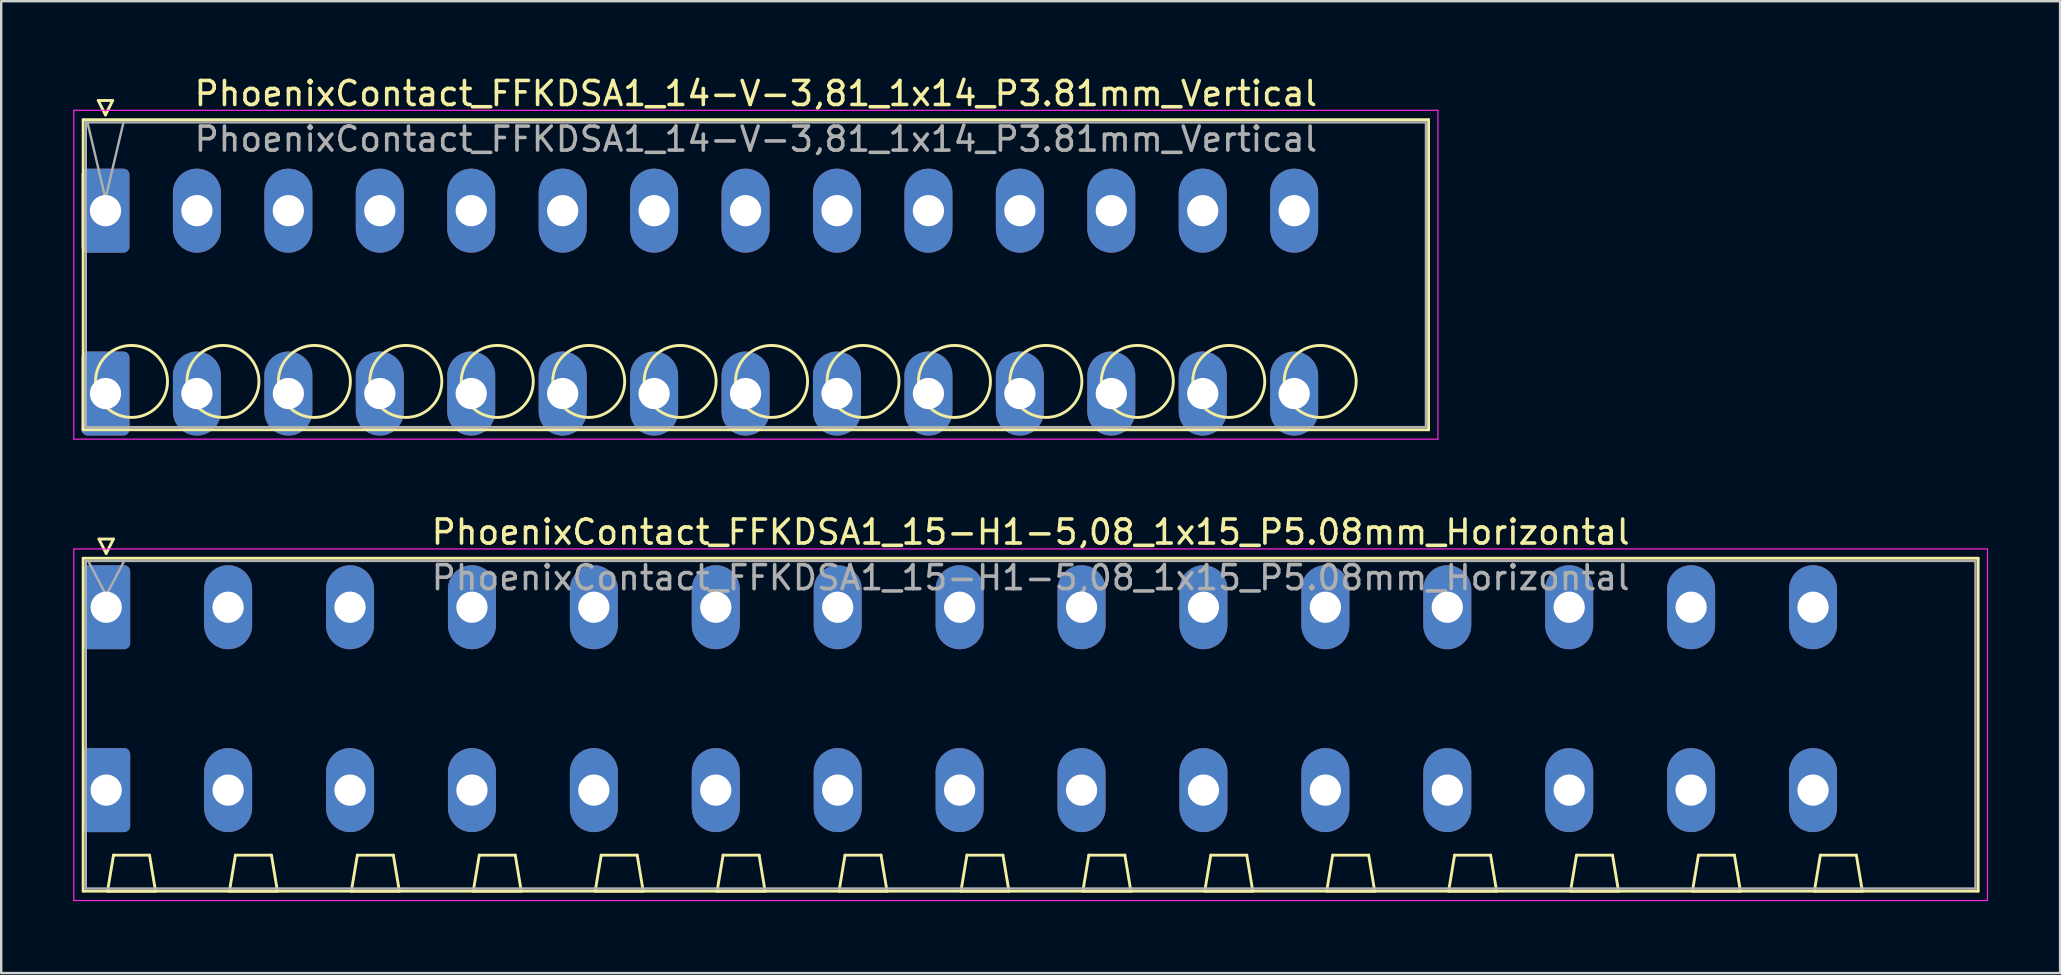
<source format=kicad_pcb>
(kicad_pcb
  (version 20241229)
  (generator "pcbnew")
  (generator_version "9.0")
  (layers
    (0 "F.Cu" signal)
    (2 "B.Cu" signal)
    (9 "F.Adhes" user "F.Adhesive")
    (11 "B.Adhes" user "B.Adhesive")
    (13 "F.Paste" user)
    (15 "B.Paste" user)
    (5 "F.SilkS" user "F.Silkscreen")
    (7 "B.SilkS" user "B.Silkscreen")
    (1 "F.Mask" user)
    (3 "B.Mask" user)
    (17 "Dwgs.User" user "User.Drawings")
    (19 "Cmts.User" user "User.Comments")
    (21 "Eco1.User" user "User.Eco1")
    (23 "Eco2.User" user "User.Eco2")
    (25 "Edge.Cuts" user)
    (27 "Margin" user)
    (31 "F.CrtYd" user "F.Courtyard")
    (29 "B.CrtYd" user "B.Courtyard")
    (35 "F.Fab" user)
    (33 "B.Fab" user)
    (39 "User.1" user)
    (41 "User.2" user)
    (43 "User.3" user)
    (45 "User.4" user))
  (footprint "PhoenixContact_FFKDSA1_14-V-3,81_1x14_P3.81mm_Vertical"
    (layer "F.Cu")
    (at 1.345 5.728)
    (property "Reference" "PhoenixContact_FFKDSA1_14-V-3,81_1x14_P3.81mm_Vertical" (at 27.1 -4.88 0) (layer "F.SilkS") (effects (font (size 1 1) (thickness 0.15))))
    (attr through_hole)
    (fp_line (start -0.93 -3.79) (end -0.93 9.13) (stroke (width 0.12) (type solid)) (layer "F.SilkS"))
    (fp_line (start -0.93 9.13) (end 55.13 9.13) (stroke (width 0.12) (type solid)) (layer "F.SilkS"))
    (fp_line (start -0.3 -4.59) (end 0.3 -4.59) (stroke (width 0.12) (type solid)) (layer "F.SilkS"))
    (fp_line (start 0 -3.99) (end -0.3 -4.59) (stroke (width 0.12) (type solid)) (layer "F.SilkS"))
    (fp_line (start 0.3 -4.59) (end 0 -3.99) (stroke (width 0.12) (type solid)) (layer "F.SilkS"))
    (fp_line (start 55.13 -3.79) (end -0.93 -3.79) (stroke (width 0.12) (type solid)) (layer "F.SilkS"))
    (fp_line (start 55.13 9.13) (end 55.13 -3.79) (stroke (width 0.12) (type solid)) (layer "F.SilkS"))
    (fp_circle (center 1.085 7.115) (end 2.585 7.115) (stroke (width 0.12) (type solid)) (fill no) (layer "F.SilkS"))
    (fp_circle (center 4.895 7.115) (end 6.395 7.115) (stroke (width 0.12) (type solid)) (fill no) (layer "F.SilkS"))
    (fp_circle (center 8.705 7.115) (end 10.205 7.115) (stroke (width 0.12) (type solid)) (fill no) (layer "F.SilkS"))
    (fp_circle (center 12.515 7.115) (end 14.015 7.115) (stroke (width 0.12) (type solid)) (fill no) (layer "F.SilkS"))
    (fp_circle (center 16.325 7.115) (end 17.825 7.115) (stroke (width 0.12) (type solid)) (fill no) (layer "F.SilkS"))
    (fp_circle (center 20.135 7.115) (end 21.635 7.115) (stroke (width 0.12) (type solid)) (fill no) (layer "F.SilkS"))
    (fp_circle (center 23.945 7.115) (end 25.445 7.115) (stroke (width 0.12) (type solid)) (fill no) (layer "F.SilkS"))
    (fp_circle (center 27.755 7.115) (end 29.255 7.115) (stroke (width 0.12) (type solid)) (fill no) (layer "F.SilkS"))
    (fp_circle (center 31.565 7.115) (end 33.065 7.115) (stroke (width 0.12) (type solid)) (fill no) (layer "F.SilkS"))
    (fp_circle (center 35.375 7.115) (end 36.875 7.115) (stroke (width 0.12) (type solid)) (fill no) (layer "F.SilkS"))
    (fp_circle (center 39.185 7.115) (end 40.685 7.115) (stroke (width 0.12) (type solid)) (fill no) (layer "F.SilkS"))
    (fp_circle (center 42.995 7.115) (end 44.495 7.115) (stroke (width 0.12) (type solid)) (fill no) (layer "F.SilkS"))
    (fp_circle (center 46.805 7.115) (end 48.305 7.115) (stroke (width 0.12) (type solid)) (fill no) (layer "F.SilkS"))
    (fp_circle (center 50.615 7.115) (end 52.115 7.115) (stroke (width 0.12) (type solid)) (fill no) (layer "F.SilkS"))
    (fp_line (start -1.32 -4.18) (end -1.32 9.52) (stroke (width 0.05) (type solid)) (layer "F.CrtYd"))
    (fp_line (start -1.32 9.52) (end 55.52 9.52) (stroke (width 0.05) (type solid)) (layer "F.CrtYd"))
    (fp_line (start 55.52 -4.18) (end -1.32 -4.18) (stroke (width 0.05) (type solid)) (layer "F.CrtYd"))
    (fp_line (start 55.52 9.52) (end 55.52 -4.18) (stroke (width 0.05) (type solid)) (layer "F.CrtYd"))
    (fp_line (start -0.82 -3.68) (end -0.82 9.02) (stroke (width 0.1) (type solid)) (layer "F.Fab"))
    (fp_line (start -0.82 9.02) (end 55.02 9.02) (stroke (width 0.1) (type solid)) (layer "F.Fab"))
    (fp_line (start 0 -0.5) (end -0.75 -3.68) (stroke (width 0.1) (type solid)) (layer "F.Fab"))
    (fp_line (start 0.75 -3.68) (end 0 -0.5) (stroke (width 0.1) (type solid)) (layer "F.Fab"))
    (fp_line (start 55.02 -3.68) (end -0.82 -3.68) (stroke (width 0.1) (type solid)) (layer "F.Fab"))
    (fp_line (start 55.02 9.02) (end 55.02 -3.68) (stroke (width 0.1) (type solid)) (layer "F.Fab"))
    (fp_text user "${REFERENCE}" (at 27.1 -2.98 0) (layer "F.Fab") (effects (font (size 1 1) (thickness 0.15))))
    (pad "1" thru_hole roundrect (at 0 0) (size 2 3.5) (drill 1.3) (layers "*.Cu" "*.Mask") (roundrect_rratio 0.125))
    (pad "1" thru_hole roundrect (at 0 7.62) (size 2 3.5) (drill 1.3) (layers "*.Cu" "*.Mask") (roundrect_rratio 0.125))
    (pad "2" thru_hole oval (at 3.81 0) (size 2 3.5) (drill 1.3) (layers "*.Cu" "*.Mask"))
    (pad "2" thru_hole oval (at 3.81 7.62) (size 2 3.5) (drill 1.3) (layers "*.Cu" "*.Mask"))
    (pad "3" thru_hole oval (at 7.62 0) (size 2 3.5) (drill 1.3) (layers "*.Cu" "*.Mask"))
    (pad "3" thru_hole oval (at 7.62 7.62) (size 2 3.5) (drill 1.3) (layers "*.Cu" "*.Mask"))
    (pad "4" thru_hole oval (at 11.43 0) (size 2 3.5) (drill 1.3) (layers "*.Cu" "*.Mask"))
    (pad "4" thru_hole oval (at 11.43 7.62) (size 2 3.5) (drill 1.3) (layers "*.Cu" "*.Mask"))
    (pad "5" thru_hole oval (at 15.24 0) (size 2 3.5) (drill 1.3) (layers "*.Cu" "*.Mask"))
    (pad "5" thru_hole oval (at 15.24 7.62) (size 2 3.5) (drill 1.3) (layers "*.Cu" "*.Mask"))
    (pad "6" thru_hole oval (at 19.05 0) (size 2 3.5) (drill 1.3) (layers "*.Cu" "*.Mask"))
    (pad "6" thru_hole oval (at 19.05 7.62) (size 2 3.5) (drill 1.3) (layers "*.Cu" "*.Mask"))
    (pad "7" thru_hole oval (at 22.86 0) (size 2 3.5) (drill 1.3) (layers "*.Cu" "*.Mask"))
    (pad "7" thru_hole oval (at 22.86 7.62) (size 2 3.5) (drill 1.3) (layers "*.Cu" "*.Mask"))
    (pad "8" thru_hole oval (at 26.67 0) (size 2 3.5) (drill 1.3) (layers "*.Cu" "*.Mask"))
    (pad "8" thru_hole oval (at 26.67 7.62) (size 2 3.5) (drill 1.3) (layers "*.Cu" "*.Mask"))
    (pad "9" thru_hole oval (at 30.48 0) (size 2 3.5) (drill 1.3) (layers "*.Cu" "*.Mask"))
    (pad "9" thru_hole oval (at 30.48 7.62) (size 2 3.5) (drill 1.3) (layers "*.Cu" "*.Mask"))
    (pad "10" thru_hole oval (at 34.29 0) (size 2 3.5) (drill 1.3) (layers "*.Cu" "*.Mask"))
    (pad "10" thru_hole oval (at 34.29 7.62) (size 2 3.5) (drill 1.3) (layers "*.Cu" "*.Mask"))
    (pad "11" thru_hole oval (at 38.1 0) (size 2 3.5) (drill 1.3) (layers "*.Cu" "*.Mask"))
    (pad "11" thru_hole oval (at 38.1 7.62) (size 2 3.5) (drill 1.3) (layers "*.Cu" "*.Mask"))
    (pad "12" thru_hole oval (at 41.91 0) (size 2 3.5) (drill 1.3) (layers "*.Cu" "*.Mask"))
    (pad "12" thru_hole oval (at 41.91 7.62) (size 2 3.5) (drill 1.3) (layers "*.Cu" "*.Mask"))
    (pad "13" thru_hole oval (at 45.72 0) (size 2 3.5) (drill 1.3) (layers "*.Cu" "*.Mask"))
    (pad "13" thru_hole oval (at 45.72 7.62) (size 2 3.5) (drill 1.3) (layers "*.Cu" "*.Mask"))
    (pad "14" thru_hole oval (at 49.53 0) (size 2 3.5) (drill 1.3) (layers "*.Cu" "*.Mask"))
    (pad "14" thru_hole oval (at 49.53 7.62) (size 2 3.5) (drill 1.3) (layers "*.Cu" "*.Mask")))
  (footprint "PhoenixContact_FFKDSA1_15-H1-5,08_1x15_P5.08mm_Horizontal"
    (layer "F.Cu")
    (at 1.375 22.252)
    (property "Reference" "PhoenixContact_FFKDSA1_15-H1-5,08_1x15_P5.08mm_Horizontal" (at 38.52 -3.13 0) (layer "F.SilkS") (effects (font (size 1 1) (thickness 0.15))))
    (attr through_hole)
    (fp_line (start -0.96 -2.04) (end -0.96 11.83) (stroke (width 0.12) (type solid)) (layer "F.SilkS"))
    (fp_line (start -0.96 11.83) (end 78 11.83) (stroke (width 0.12) (type solid)) (layer "F.SilkS"))
    (fp_line (start -0.3 -2.84) (end 0.3 -2.84) (stroke (width 0.12) (type solid)) (layer "F.SilkS"))
    (fp_line (start 0 -2.24) (end -0.3 -2.84) (stroke (width 0.12) (type solid)) (layer "F.SilkS"))
    (fp_line (start 0.055 11.83) (end 2.055 11.83) (stroke (width 0.12) (type solid)) (layer "F.SilkS"))
    (fp_line (start 0.3 -2.84) (end 0 -2.24) (stroke (width 0.12) (type solid)) (layer "F.SilkS"))
    (fp_line (start 0.305 10.33) (end 0.055 11.83) (stroke (width 0.12) (type solid)) (layer "F.SilkS"))
    (fp_line (start 1.805 10.33) (end 0.305 10.33) (stroke (width 0.12) (type solid)) (layer "F.SilkS"))
    (fp_line (start 2.055 11.83) (end 1.805 10.33) (stroke (width 0.12) (type solid)) (layer "F.SilkS"))
    (fp_line (start 5.135 11.83) (end 7.135 11.83) (stroke (width 0.12) (type solid)) (layer "F.SilkS"))
    (fp_line (start 5.385 10.33) (end 5.135 11.83) (stroke (width 0.12) (type solid)) (layer "F.SilkS"))
    (fp_line (start 6.885 10.33) (end 5.385 10.33) (stroke (width 0.12) (type solid)) (layer "F.SilkS"))
    (fp_line (start 7.135 11.83) (end 6.885 10.33) (stroke (width 0.12) (type solid)) (layer "F.SilkS"))
    (fp_line (start 10.215 11.83) (end 12.215 11.83) (stroke (width 0.12) (type solid)) (layer "F.SilkS"))
    (fp_line (start 10.465 10.33) (end 10.215 11.83) (stroke (width 0.12) (type solid)) (layer "F.SilkS"))
    (fp_line (start 11.965 10.33) (end 10.465 10.33) (stroke (width 0.12) (type solid)) (layer "F.SilkS"))
    (fp_line (start 12.215 11.83) (end 11.965 10.33) (stroke (width 0.12) (type solid)) (layer "F.SilkS"))
    (fp_line (start 15.295 11.83) (end 17.295 11.83) (stroke (width 0.12) (type solid)) (layer "F.SilkS"))
    (fp_line (start 15.545 10.33) (end 15.295 11.83) (stroke (width 0.12) (type solid)) (layer "F.SilkS"))
    (fp_line (start 17.045 10.33) (end 15.545 10.33) (stroke (width 0.12) (type solid)) (layer "F.SilkS"))
    (fp_line (start 17.295 11.83) (end 17.045 10.33) (stroke (width 0.12) (type solid)) (layer "F.SilkS"))
    (fp_line (start 20.375 11.83) (end 22.375 11.83) (stroke (width 0.12) (type solid)) (layer "F.SilkS"))
    (fp_line (start 20.625 10.33) (end 20.375 11.83) (stroke (width 0.12) (type solid)) (layer "F.SilkS"))
    (fp_line (start 22.125 10.33) (end 20.625 10.33) (stroke (width 0.12) (type solid)) (layer "F.SilkS"))
    (fp_line (start 22.375 11.83) (end 22.125 10.33) (stroke (width 0.12) (type solid)) (layer "F.SilkS"))
    (fp_line (start 25.455 11.83) (end 27.455 11.83) (stroke (width 0.12) (type solid)) (layer "F.SilkS"))
    (fp_line (start 25.705 10.33) (end 25.455 11.83) (stroke (width 0.12) (type solid)) (layer "F.SilkS"))
    (fp_line (start 27.205 10.33) (end 25.705 10.33) (stroke (width 0.12) (type solid)) (layer "F.SilkS"))
    (fp_line (start 27.455 11.83) (end 27.205 10.33) (stroke (width 0.12) (type solid)) (layer "F.SilkS"))
    (fp_line (start 30.535 11.83) (end 32.535 11.83) (stroke (width 0.12) (type solid)) (layer "F.SilkS"))
    (fp_line (start 30.785 10.33) (end 30.535 11.83) (stroke (width 0.12) (type solid)) (layer "F.SilkS"))
    (fp_line (start 32.285 10.33) (end 30.785 10.33) (stroke (width 0.12) (type solid)) (layer "F.SilkS"))
    (fp_line (start 32.535 11.83) (end 32.285 10.33) (stroke (width 0.12) (type solid)) (layer "F.SilkS"))
    (fp_line (start 35.615 11.83) (end 37.615 11.83) (stroke (width 0.12) (type solid)) (layer "F.SilkS"))
    (fp_line (start 35.865 10.33) (end 35.615 11.83) (stroke (width 0.12) (type solid)) (layer "F.SilkS"))
    (fp_line (start 37.365 10.33) (end 35.865 10.33) (stroke (width 0.12) (type solid)) (layer "F.SilkS"))
    (fp_line (start 37.615 11.83) (end 37.365 10.33) (stroke (width 0.12) (type solid)) (layer "F.SilkS"))
    (fp_line (start 40.695 11.83) (end 42.695 11.83) (stroke (width 0.12) (type solid)) (layer "F.SilkS"))
    (fp_line (start 40.945 10.33) (end 40.695 11.83) (stroke (width 0.12) (type solid)) (layer "F.SilkS"))
    (fp_line (start 42.445 10.33) (end 40.945 10.33) (stroke (width 0.12) (type solid)) (layer "F.SilkS"))
    (fp_line (start 42.695 11.83) (end 42.445 10.33) (stroke (width 0.12) (type solid)) (layer "F.SilkS"))
    (fp_line (start 45.775 11.83) (end 47.775 11.83) (stroke (width 0.12) (type solid)) (layer "F.SilkS"))
    (fp_line (start 46.025 10.33) (end 45.775 11.83) (stroke (width 0.12) (type solid)) (layer "F.SilkS"))
    (fp_line (start 47.525 10.33) (end 46.025 10.33) (stroke (width 0.12) (type solid)) (layer "F.SilkS"))
    (fp_line (start 47.775 11.83) (end 47.525 10.33) (stroke (width 0.12) (type solid)) (layer "F.SilkS"))
    (fp_line (start 50.855 11.83) (end 52.855 11.83) (stroke (width 0.12) (type solid)) (layer "F.SilkS"))
    (fp_line (start 51.105 10.33) (end 50.855 11.83) (stroke (width 0.12) (type solid)) (layer "F.SilkS"))
    (fp_line (start 52.605 10.33) (end 51.105 10.33) (stroke (width 0.12) (type solid)) (layer "F.SilkS"))
    (fp_line (start 52.855 11.83) (end 52.605 10.33) (stroke (width 0.12) (type solid)) (layer "F.SilkS"))
    (fp_line (start 55.935 11.83) (end 57.935 11.83) (stroke (width 0.12) (type solid)) (layer "F.SilkS"))
    (fp_line (start 56.185 10.33) (end 55.935 11.83) (stroke (width 0.12) (type solid)) (layer "F.SilkS"))
    (fp_line (start 57.685 10.33) (end 56.185 10.33) (stroke (width 0.12) (type solid)) (layer "F.SilkS"))
    (fp_line (start 57.935 11.83) (end 57.685 10.33) (stroke (width 0.12) (type solid)) (layer "F.SilkS"))
    (fp_line (start 61.015 11.83) (end 63.015 11.83) (stroke (width 0.12) (type solid)) (layer "F.SilkS"))
    (fp_line (start 61.265 10.33) (end 61.015 11.83) (stroke (width 0.12) (type solid)) (layer "F.SilkS"))
    (fp_line (start 62.765 10.33) (end 61.265 10.33) (stroke (width 0.12) (type solid)) (layer "F.SilkS"))
    (fp_line (start 63.015 11.83) (end 62.765 10.33) (stroke (width 0.12) (type solid)) (layer "F.SilkS"))
    (fp_line (start 66.095 11.83) (end 68.095 11.83) (stroke (width 0.12) (type solid)) (layer "F.SilkS"))
    (fp_line (start 66.345 10.33) (end 66.095 11.83) (stroke (width 0.12) (type solid)) (layer "F.SilkS"))
    (fp_line (start 67.845 10.33) (end 66.345 10.33) (stroke (width 0.12) (type solid)) (layer "F.SilkS"))
    (fp_line (start 68.095 11.83) (end 67.845 10.33) (stroke (width 0.12) (type solid)) (layer "F.SilkS"))
    (fp_line (start 71.175 11.83) (end 73.175 11.83) (stroke (width 0.12) (type solid)) (layer "F.SilkS"))
    (fp_line (start 71.425 10.33) (end 71.175 11.83) (stroke (width 0.12) (type solid)) (layer "F.SilkS"))
    (fp_line (start 72.925 10.33) (end 71.425 10.33) (stroke (width 0.12) (type solid)) (layer "F.SilkS"))
    (fp_line (start 73.175 11.83) (end 72.925 10.33) (stroke (width 0.12) (type solid)) (layer "F.SilkS"))
    (fp_line (start 78 -2.04) (end -0.96 -2.04) (stroke (width 0.12) (type solid)) (layer "F.SilkS"))
    (fp_line (start 78 11.83) (end 78 -2.04) (stroke (width 0.12) (type solid)) (layer "F.SilkS"))
    (fp_line (start -1.35 -2.43) (end -1.35 12.22) (stroke (width 0.05) (type solid)) (layer "F.CrtYd"))
    (fp_line (start -1.35 12.22) (end 78.39 12.22) (stroke (width 0.05) (type solid)) (layer "F.CrtYd"))
    (fp_line (start 78.39 -2.43) (end -1.35 -2.43) (stroke (width 0.05) (type solid)) (layer "F.CrtYd"))
    (fp_line (start 78.39 12.22) (end 78.39 -2.43) (stroke (width 0.05) (type solid)) (layer "F.CrtYd"))
    (fp_line (start -0.85 -1.93) (end -0.85 11.72) (stroke (width 0.1) (type solid)) (layer "F.Fab"))
    (fp_line (start -0.85 11.72) (end 77.89 11.72) (stroke (width 0.1) (type solid)) (layer "F.Fab"))
    (fp_line (start 0 -0.5) (end -0.75 -1.93) (stroke (width 0.1) (type solid)) (layer "F.Fab"))
    (fp_line (start 0.75 -1.93) (end 0 -0.5) (stroke (width 0.1) (type solid)) (layer "F.Fab"))
    (fp_line (start 77.89 -1.93) (end -0.85 -1.93) (stroke (width 0.1) (type solid)) (layer "F.Fab"))
    (fp_line (start 77.89 11.72) (end 77.89 -1.93) (stroke (width 0.1) (type solid)) (layer "F.Fab"))
    (fp_text user "${REFERENCE}" (at 38.52 -1.23 0) (layer "F.Fab") (effects (font (size 1 1) (thickness 0.15))))
    (pad "1" thru_hole roundrect (at 0 0) (size 2 3.5) (drill 1.3) (layers "*.Cu" "*.Mask") (roundrect_rratio 0.125))
    (pad "1" thru_hole roundrect (at 0 7.62) (size 2 3.5) (drill 1.3) (layers "*.Cu" "*.Mask") (roundrect_rratio 0.125))
    (pad "2" thru_hole oval (at 5.08 0) (size 2 3.5) (drill 1.3) (layers "*.Cu" "*.Mask"))
    (pad "2" thru_hole oval (at 5.08 7.62) (size 2 3.5) (drill 1.3) (layers "*.Cu" "*.Mask"))
    (pad "3" thru_hole oval (at 10.16 0) (size 2 3.5) (drill 1.3) (layers "*.Cu" "*.Mask"))
    (pad "3" thru_hole oval (at 10.16 7.62) (size 2 3.5) (drill 1.3) (layers "*.Cu" "*.Mask"))
    (pad "4" thru_hole oval (at 15.24 0) (size 2 3.5) (drill 1.3) (layers "*.Cu" "*.Mask"))
    (pad "4" thru_hole oval (at 15.24 7.62) (size 2 3.5) (drill 1.3) (layers "*.Cu" "*.Mask"))
    (pad "5" thru_hole oval (at 20.32 0) (size 2 3.5) (drill 1.3) (layers "*.Cu" "*.Mask"))
    (pad "5" thru_hole oval (at 20.32 7.62) (size 2 3.5) (drill 1.3) (layers "*.Cu" "*.Mask"))
    (pad "6" thru_hole oval (at 25.4 0) (size 2 3.5) (drill 1.3) (layers "*.Cu" "*.Mask"))
    (pad "6" thru_hole oval (at 25.4 7.62) (size 2 3.5) (drill 1.3) (layers "*.Cu" "*.Mask"))
    (pad "7" thru_hole oval (at 30.48 0) (size 2 3.5) (drill 1.3) (layers "*.Cu" "*.Mask"))
    (pad "7" thru_hole oval (at 30.48 7.62) (size 2 3.5) (drill 1.3) (layers "*.Cu" "*.Mask"))
    (pad "8" thru_hole oval (at 35.56 0) (size 2 3.5) (drill 1.3) (layers "*.Cu" "*.Mask"))
    (pad "8" thru_hole oval (at 35.56 7.62) (size 2 3.5) (drill 1.3) (layers "*.Cu" "*.Mask"))
    (pad "9" thru_hole oval (at 40.64 0) (size 2 3.5) (drill 1.3) (layers "*.Cu" "*.Mask"))
    (pad "9" thru_hole oval (at 40.64 7.62) (size 2 3.5) (drill 1.3) (layers "*.Cu" "*.Mask"))
    (pad "10" thru_hole oval (at 45.72 0) (size 2 3.5) (drill 1.3) (layers "*.Cu" "*.Mask"))
    (pad "10" thru_hole oval (at 45.72 7.62) (size 2 3.5) (drill 1.3) (layers "*.Cu" "*.Mask"))
    (pad "11" thru_hole oval (at 50.8 0) (size 2 3.5) (drill 1.3) (layers "*.Cu" "*.Mask"))
    (pad "11" thru_hole oval (at 50.8 7.62) (size 2 3.5) (drill 1.3) (layers "*.Cu" "*.Mask"))
    (pad "12" thru_hole oval (at 55.88 0) (size 2 3.5) (drill 1.3) (layers "*.Cu" "*.Mask"))
    (pad "12" thru_hole oval (at 55.88 7.62) (size 2 3.5) (drill 1.3) (layers "*.Cu" "*.Mask"))
    (pad "13" thru_hole oval (at 60.96 0) (size 2 3.5) (drill 1.3) (layers "*.Cu" "*.Mask"))
    (pad "13" thru_hole oval (at 60.96 7.62) (size 2 3.5) (drill 1.3) (layers "*.Cu" "*.Mask"))
    (pad "14" thru_hole oval (at 66.04 0) (size 2 3.5) (drill 1.3) (layers "*.Cu" "*.Mask"))
    (pad "14" thru_hole oval (at 66.04 7.62) (size 2 3.5) (drill 1.3) (layers "*.Cu" "*.Mask"))
    (pad "15" thru_hole oval (at 71.12 0) (size 2 3.5) (drill 1.3) (layers "*.Cu" "*.Mask"))
    (pad "15" thru_hole oval (at 71.12 7.62) (size 2 3.5) (drill 1.3) (layers "*.Cu" "*.Mask")))
  (gr_rect
    (start -3 -3)
    (end 82.79 37.496)
    (stroke (width 0.1) (type default))
    (fill no)
    (layer "Edge.Cuts")))
</source>
